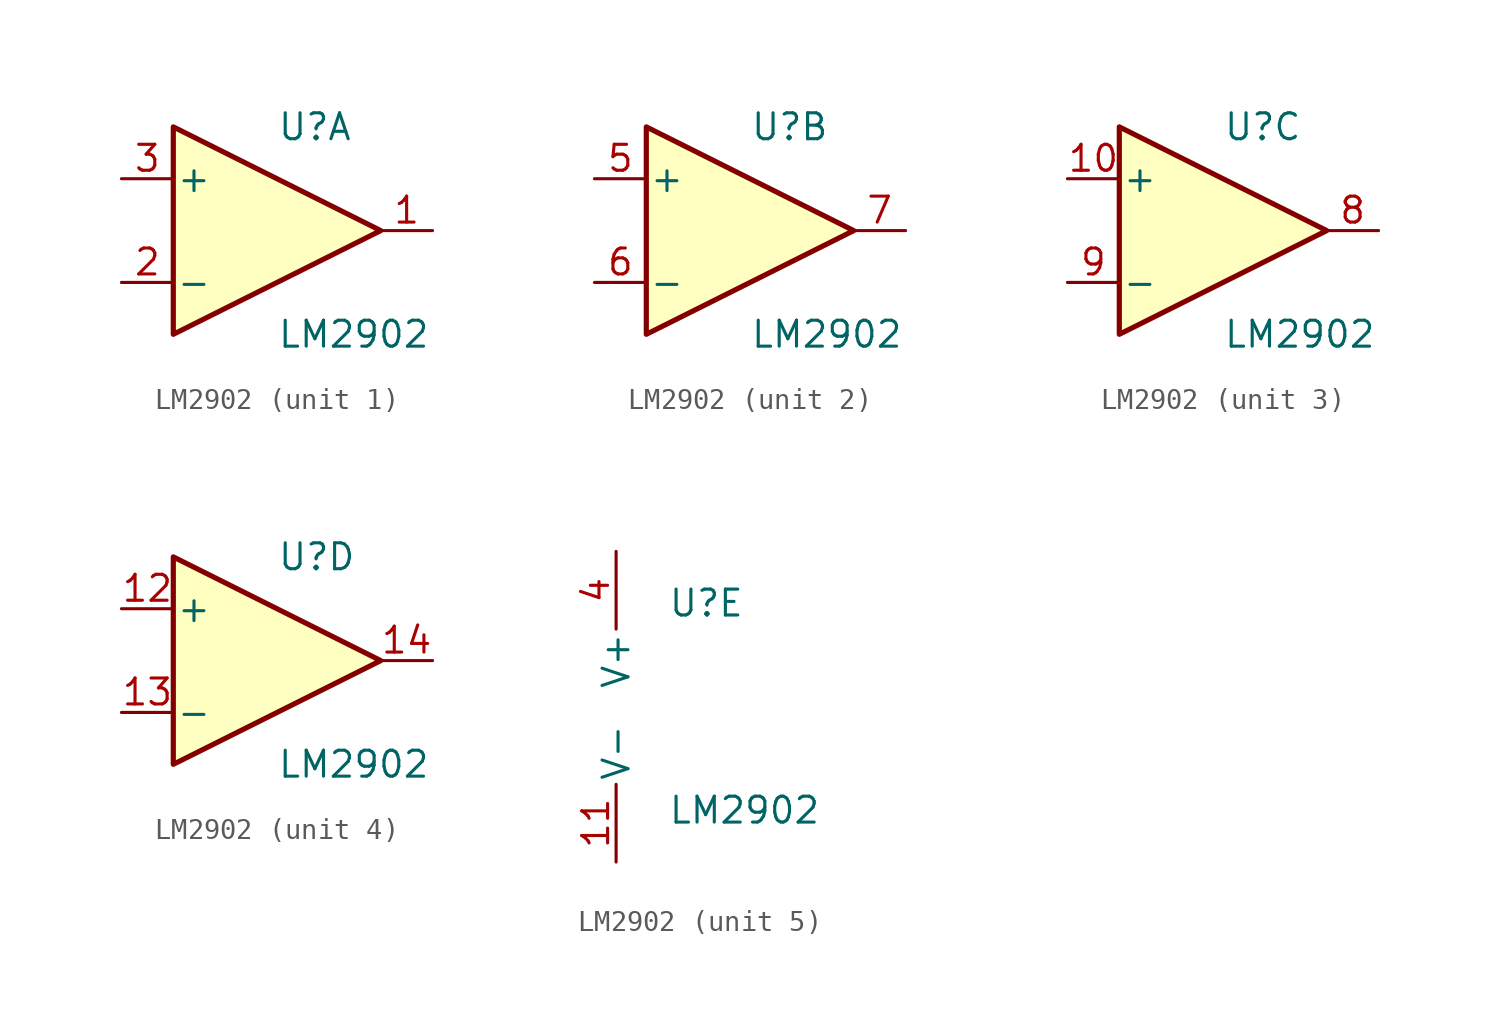
<source format=kicad_sym>
(kicad_symbol_lib
  (version 20220914)
  (generator kicad_symbol_editor)
  (symbol "LM2902"
    (pin_names
      (offset 0.127))
    (property "Reference" "U"
      (at 0 5.08 0)
      (effects (font (size 1.27 1.27)) (justify left)))
    (property "Value" "LM2902"
      (at 0 -5.08 0)
      (effects (font (size 1.27 1.27)) (justify left)))
    (property "ki_locked" ""
      (at 0 0 0)
      (effects (font (size 1.27 1.27))))
    (symbol "LM2902_1_1"
      (polyline (pts (xy -5.08 5.08) (xy 5.08 0) (xy -5.08 -5.08) (xy -5.08 5.08)) (stroke (width 0.254) (type default)) (fill (type background)))
      (pin output line (at 7.62 0 180) (length 2.54) (name "~" (effects (font (size 1.27 1.27)))) (number "1" (effects (font (size 1.27 1.27)))))
      (pin input line (at -7.62 -2.54 0) (length 2.54) (name "-" (effects (font (size 1.27 1.27)))) (number "2" (effects (font (size 1.27 1.27)))))
      (pin input line (at -7.62 2.54 0) (length 2.54) (name "+" (effects (font (size 1.27 1.27)))) (number "3" (effects (font (size 1.27 1.27))))))
    (symbol "LM2902_2_1"
      (polyline (pts (xy -5.08 5.08) (xy 5.08 0) (xy -5.08 -5.08) (xy -5.08 5.08)) (stroke (width 0.254) (type default)) (fill (type background)))
      (pin input line (at -7.62 2.54 0) (length 2.54) (name "+" (effects (font (size 1.27 1.27)))) (number "5" (effects (font (size 1.27 1.27)))))
      (pin input line (at -7.62 -2.54 0) (length 2.54) (name "-" (effects (font (size 1.27 1.27)))) (number "6" (effects (font (size 1.27 1.27)))))
      (pin output line (at 7.62 0 180) (length 2.54) (name "~" (effects (font (size 1.27 1.27)))) (number "7" (effects (font (size 1.27 1.27))))))
    (symbol "LM2902_3_1"
      (polyline (pts (xy -5.08 5.08) (xy 5.08 0) (xy -5.08 -5.08) (xy -5.08 5.08)) (stroke (width 0.254) (type default)) (fill (type background)))
      (pin input line (at -7.62 2.54 0) (length 2.54) (name "+" (effects (font (size 1.27 1.27)))) (number "10" (effects (font (size 1.27 1.27)))))
      (pin output line (at 7.62 0 180) (length 2.54) (name "~" (effects (font (size 1.27 1.27)))) (number "8" (effects (font (size 1.27 1.27)))))
      (pin input line (at -7.62 -2.54 0) (length 2.54) (name "-" (effects (font (size 1.27 1.27)))) (number "9" (effects (font (size 1.27 1.27))))))
    (symbol "LM2902_4_1"
      (polyline (pts (xy -5.08 5.08) (xy 5.08 0) (xy -5.08 -5.08) (xy -5.08 5.08)) (stroke (width 0.254) (type default)) (fill (type background)))
      (pin input line (at -7.62 2.54 0) (length 2.54) (name "+" (effects (font (size 1.27 1.27)))) (number "12" (effects (font (size 1.27 1.27)))))
      (pin input line (at -7.62 -2.54 0) (length 2.54) (name "-" (effects (font (size 1.27 1.27)))) (number "13" (effects (font (size 1.27 1.27)))))
      (pin output line (at 7.62 0 180) (length 2.54) (name "~" (effects (font (size 1.27 1.27)))) (number "14" (effects (font (size 1.27 1.27))))))
    (symbol "LM2902_5_1"
      (pin power_in line (at -2.54 -7.62 90) (length 3.81) (name "V-" (effects (font (size 1.27 1.27)))) (number "11" (effects (font (size 1.27 1.27)))))
      (pin power_in line (at -2.54 7.62 270) (length 3.81) (name "V+" (effects (font (size 1.27 1.27)))) (number "4" (effects (font (size 1.27 1.27))))))))
</source>
